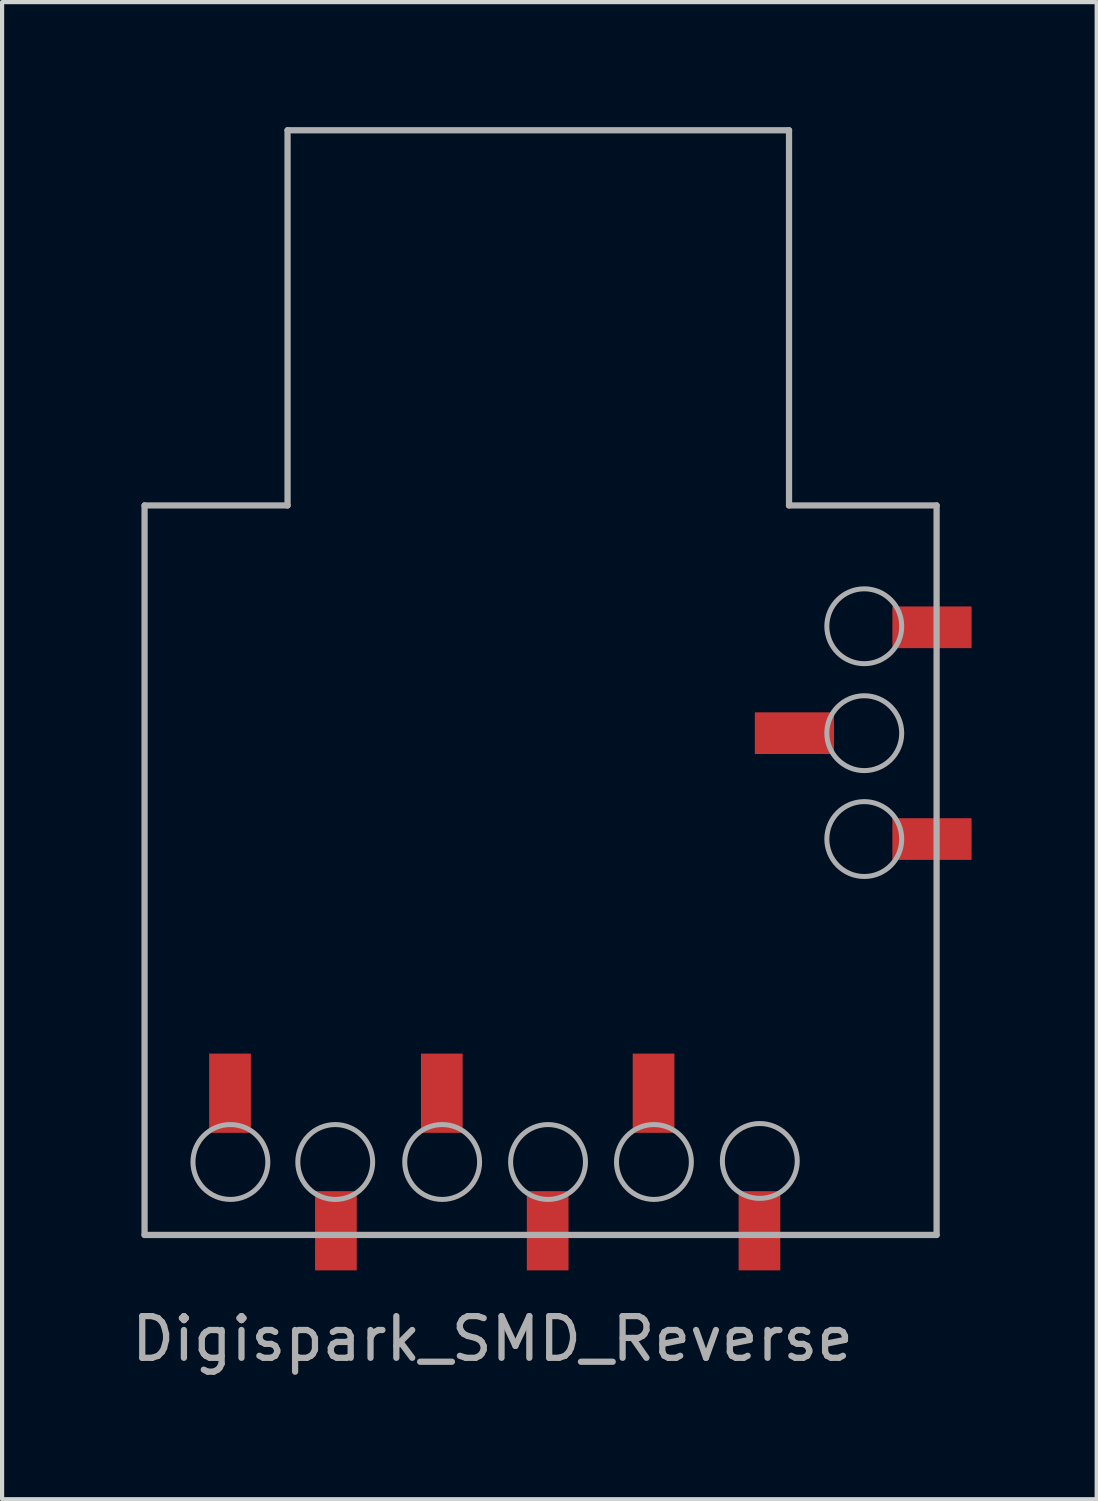
<source format=kicad_pcb>
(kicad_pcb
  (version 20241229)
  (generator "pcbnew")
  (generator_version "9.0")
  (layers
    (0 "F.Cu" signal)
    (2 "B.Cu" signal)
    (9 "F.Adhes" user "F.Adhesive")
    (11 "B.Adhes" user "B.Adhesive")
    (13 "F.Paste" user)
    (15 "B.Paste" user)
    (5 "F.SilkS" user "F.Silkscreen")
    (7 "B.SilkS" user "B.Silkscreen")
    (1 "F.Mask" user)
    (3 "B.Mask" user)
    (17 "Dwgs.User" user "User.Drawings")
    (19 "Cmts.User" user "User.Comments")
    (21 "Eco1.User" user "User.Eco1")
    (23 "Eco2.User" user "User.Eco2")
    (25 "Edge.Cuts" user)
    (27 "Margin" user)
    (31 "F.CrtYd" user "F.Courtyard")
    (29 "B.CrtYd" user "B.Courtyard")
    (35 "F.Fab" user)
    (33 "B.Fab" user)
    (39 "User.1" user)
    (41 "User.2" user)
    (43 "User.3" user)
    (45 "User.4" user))
  (footprint "Digispark_SMD_Reverse"
    (layer "F.Cu")
    (at 9.123 24.825)
    (property "Reference" "Digispark_SMD_Reverse" (at -0.356 4.242 0) (layer "F.Fab") (effects (font (size 1 1) (thickness 0.15))))
    (attr through_hole)
    (fp_line (start -8.705 -15.75) (end -8.705 1.75) (stroke (width 0.15) (type solid)) (layer "F.Fab"))
    (fp_line (start -5.275 -24.75) (end -5.275 -15.75) (stroke (width 0.15) (type solid)) (layer "F.Fab"))
    (fp_line (start -5.275 -24.75) (end 6.755 -24.75) (stroke (width 0.15) (type solid)) (layer "F.Fab"))
    (fp_line (start -5.275 -15.75) (end -8.705 -15.75) (stroke (width 0.15) (type solid)) (layer "F.Fab"))
    (fp_line (start 6.755 -24.75) (end 6.755 -15.75) (stroke (width 0.15) (type solid)) (layer "F.Fab"))
    (fp_line (start 6.755 -15.75) (end 10.295 -15.75) (stroke (width 0.15) (type solid)) (layer "F.Fab"))
    (fp_line (start 10.295 -15.75) (end 10.295 1.75) (stroke (width 0.15) (type solid)) (layer "F.Fab"))
    (fp_line (start 10.295 1.75) (end -8.705 1.75) (stroke (width 0.15) (type solid)) (layer "F.Fab"))
    (fp_circle (center -6.646 0) (end -7.544 0) (stroke (width 0.12) (type solid)) (fill no) (layer "F.Fab"))
    (fp_circle (center -4.131 0) (end -5.029 0) (stroke (width 0.12) (type solid)) (fill no) (layer "F.Fab"))
    (fp_circle (center -1.566 0) (end -2.464 0) (stroke (width 0.12) (type solid)) (fill no) (layer "F.Fab"))
    (fp_circle (center 0.974 0) (end 0.076 0) (stroke (width 0.12) (type solid)) (fill no) (layer "F.Fab"))
    (fp_circle (center 3.514 0) (end 2.616 0) (stroke (width 0.12) (type solid)) (fill no) (layer "F.Fab"))
    (fp_circle (center 6.054 -0.025) (end 5.156 -0.025) (stroke (width 0.12) (type solid)) (fill no) (layer "F.Fab"))
    (fp_circle (center 8.56 -12.852) (end 7.662 -12.852) (stroke (width 0.12) (type solid)) (fill no) (layer "F.Fab"))
    (fp_circle (center 8.56 -10.287) (end 7.662 -10.287) (stroke (width 0.12) (type solid)) (fill no) (layer "F.Fab"))
    (fp_circle (center 8.56 -7.747) (end 7.662 -7.747) (stroke (width 0.12) (type solid)) (fill no) (layer "F.Fab"))
    (pad "1" smd rect (at 6.045 1.65 90) (size 1.9 1) (layers "F.Cu" "F.Mask" "F.Paste"))
    (pad "2" smd rect (at 3.505 -1.65 90) (size 1.9 1) (layers "F.Cu" "F.Mask" "F.Paste"))
    (pad "3" smd rect (at 0.965 1.65 90) (size 1.9 1) (layers "F.Cu" "F.Mask" "F.Paste"))
    (pad "4" smd rect (at -1.575 -1.65 90) (size 1.9 1) (layers "F.Cu" "F.Mask" "F.Paste"))
    (pad "5" smd rect (at -4.115 1.65 90) (size 1.9 1) (layers "F.Cu" "F.Mask" "F.Paste"))
    (pad "6" smd rect (at -6.655 -1.65 90) (size 1.9 1) (layers "F.Cu" "F.Mask" "F.Paste"))
    (pad "7" smd rect (at 10.184 -7.747) (size 1.9 1) (layers "F.Cu" "F.Mask" "F.Paste"))
    (pad "8" smd rect (at 6.884 -10.287) (size 1.9 1) (layers "F.Cu" "F.Mask" "F.Paste"))
    (pad "9" smd rect (at 10.184 -12.827) (size 1.9 1) (layers "F.Cu" "F.Mask" "F.Paste")))
  (gr_rect
    (start -3 -3)
    (end 23.258 32.915)
    (stroke (width 0.1) (type default))
    (fill no)
    (layer "Edge.Cuts")))
</source>
